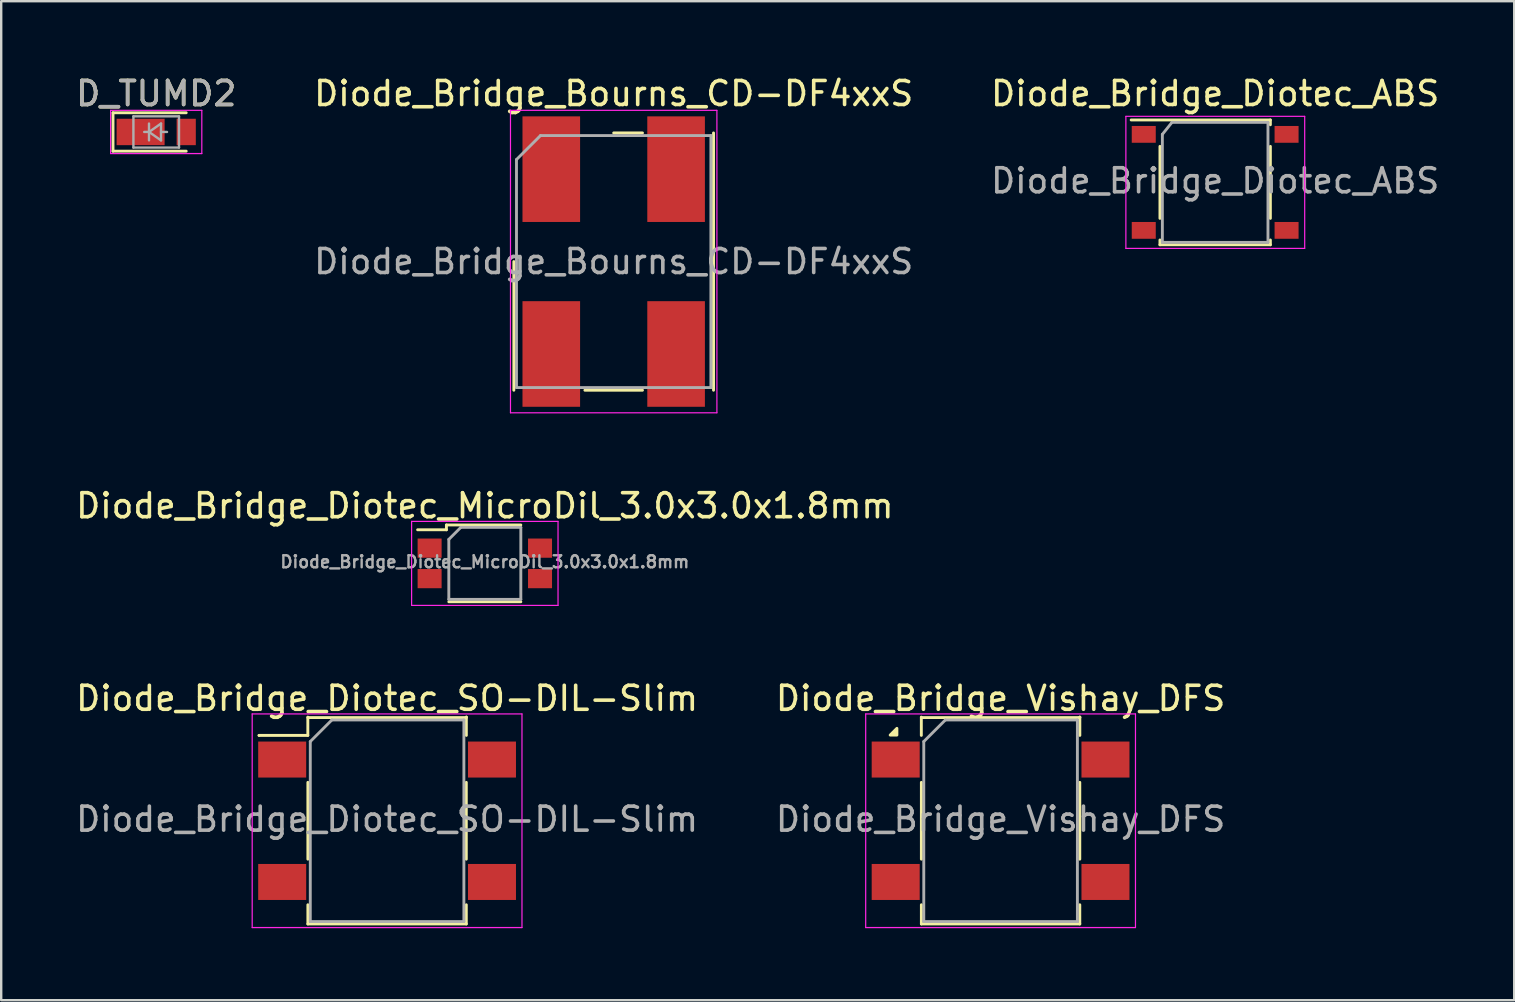
<source format=kicad_pcb>
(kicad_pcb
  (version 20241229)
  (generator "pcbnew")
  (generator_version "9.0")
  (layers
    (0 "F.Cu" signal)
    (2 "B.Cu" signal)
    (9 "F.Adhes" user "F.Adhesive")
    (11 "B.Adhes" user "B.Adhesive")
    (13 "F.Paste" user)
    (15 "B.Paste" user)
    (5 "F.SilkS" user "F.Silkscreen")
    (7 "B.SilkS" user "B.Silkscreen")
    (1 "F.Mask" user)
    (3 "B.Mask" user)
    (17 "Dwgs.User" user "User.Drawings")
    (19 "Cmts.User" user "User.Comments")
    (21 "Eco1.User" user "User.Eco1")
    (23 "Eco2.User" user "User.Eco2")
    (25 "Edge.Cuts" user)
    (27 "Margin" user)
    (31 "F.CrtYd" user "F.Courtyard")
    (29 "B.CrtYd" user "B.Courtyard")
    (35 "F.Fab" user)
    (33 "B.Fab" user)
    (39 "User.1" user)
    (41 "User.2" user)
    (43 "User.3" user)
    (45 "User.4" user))
  (footprint "Diode_Bridge_Vishay_DFS"
    (layer "F.Cu")
    (at 38.637 31.145)
    (property "Reference" "Diode_Bridge_Vishay_DFS" (at 0 -5.1 0) (layer "F.SilkS") (effects (font (size 1 1) (thickness 0.15))))
    (attr smd)
    (fp_line (start -3.302 -4.318) (end -3.302 -3.556) (stroke (width 0.12) (type solid)) (layer "F.SilkS"))
    (fp_line (start -3.3 -4.3) (end 3.3 -4.3) (stroke (width 0.12) (type solid)) (layer "F.SilkS"))
    (fp_line (start -3.3 -1.6) (end -3.3 1.6) (stroke (width 0.12) (type solid)) (layer "F.SilkS"))
    (fp_line (start -3.3 3.5) (end -3.3 4.3) (stroke (width 0.12) (type solid)) (layer "F.SilkS"))
    (fp_line (start -3.3 4.3) (end 3.3 4.3) (stroke (width 0.12) (type solid)) (layer "F.SilkS"))
    (fp_line (start 3.3 -1.6) (end 3.3 1.6) (stroke (width 0.12) (type solid)) (layer "F.SilkS"))
    (fp_line (start 3.3 4.3) (end 3.3 3.5) (stroke (width 0.12) (type solid)) (layer "F.SilkS"))
    (fp_line (start 3.302 -4.318) (end 3.302 -4.318) (stroke (width 0.12) (type solid)) (layer "F.SilkS"))
    (fp_line (start 3.302 -3.556) (end 3.302 -4.318) (stroke (width 0.12) (type solid)) (layer "F.SilkS"))
    (fp_poly (pts (xy -4.32 -3.57) (xy -4.6 -3.57) (xy -4.32 -3.85) (xy -4.32 -3.57)) (stroke (width 0.12) (type solid)) (fill yes) (layer "F.SilkS"))
    (fp_line (start -5.62 -4.45) (end -5.62 4.45) (stroke (width 0.05) (type solid)) (layer "F.CrtYd"))
    (fp_line (start -5.62 -4.45) (end 5.62 -4.45) (stroke (width 0.05) (type solid)) (layer "F.CrtYd"))
    (fp_line (start 5.62 4.45) (end -5.62 4.45) (stroke (width 0.05) (type solid)) (layer "F.CrtYd"))
    (fp_line (start 5.62 4.45) (end 5.62 -4.45) (stroke (width 0.05) (type solid)) (layer "F.CrtYd"))
    (fp_line (start -3.2 -3.3) (end -2.3 -4.2) (stroke (width 0.12) (type solid)) (layer "F.Fab"))
    (fp_line (start -3.2 4.2) (end -3.2 -3.3) (stroke (width 0.12) (type solid)) (layer "F.Fab"))
    (fp_line (start -2.3 -4.2) (end 3.2 -4.2) (stroke (width 0.12) (type solid)) (layer "F.Fab"))
    (fp_line (start 3.2 -4.2) (end 3.2 4.2) (stroke (width 0.12) (type solid)) (layer "F.Fab"))
    (fp_line (start 3.2 4.2) (end -3.2 4.2) (stroke (width 0.12) (type solid)) (layer "F.Fab"))
    (fp_text user "${REFERENCE}" (at 0 -0.065 0) (layer "F.Fab") (effects (font (size 1 1) (thickness 0.15))))
    (pad "1" smd rect (at -4.37 -2.55) (size 2 1.5) (layers "F.Cu" "F.Mask" "F.Paste"))
    (pad "2" smd rect (at -4.37 2.55) (size 2 1.5) (layers "F.Cu" "F.Mask" "F.Paste"))
    (pad "3" smd rect (at 4.37 2.55) (size 2 1.5) (layers "F.Cu" "F.Mask" "F.Paste"))
    (pad "4" smd rect (at 4.37 -2.55) (size 2 1.5) (layers "F.Cu" "F.Mask" "F.Paste")))
  (footprint "D_TUMD2"
    (layer "F.Cu")
    (at 3.458 2.448)
    (property "Reference" "D_TUMD2" (at 0 -1.6 0) (layer "F.SilkS") (effects (font (size 1 1) (thickness 0.15))))
    (attr smd)
    (fp_line (start -1.8 -0.8) (end 1.25 -0.8) (stroke (width 0.12) (type solid)) (layer "F.SilkS"))
    (fp_line (start -1.8 0.8) (end -1.8 -0.8) (stroke (width 0.12) (type solid)) (layer "F.SilkS"))
    (fp_line (start 1.25 0.8) (end -1.8 0.8) (stroke (width 0.12) (type solid)) (layer "F.SilkS"))
    (fp_line (start -1.9 -0.9) (end 1.9 -0.9) (stroke (width 0.05) (type solid)) (layer "F.CrtYd"))
    (fp_line (start -1.9 0.9) (end -1.9 -0.9) (stroke (width 0.05) (type solid)) (layer "F.CrtYd"))
    (fp_line (start 1.9 -0.9) (end 1.9 0.9) (stroke (width 0.05) (type solid)) (layer "F.CrtYd"))
    (fp_line (start 1.9 0.9) (end -1.9 0.9) (stroke (width 0.05) (type solid)) (layer "F.CrtYd"))
    (fp_line (start -0.95 -0.65) (end 0.95 -0.65) (stroke (width 0.1) (type solid)) (layer "F.Fab"))
    (fp_line (start -0.95 0.65) (end -0.95 -0.65) (stroke (width 0.1) (type solid)) (layer "F.Fab"))
    (fp_line (start -0.3 -0.35) (end -0.3 0.35) (stroke (width 0.1) (type solid)) (layer "F.Fab"))
    (fp_line (start -0.3 0) (end -0.5 0) (stroke (width 0.1) (type solid)) (layer "F.Fab"))
    (fp_line (start -0.3 0) (end 0.2 -0.35) (stroke (width 0.1) (type solid)) (layer "F.Fab"))
    (fp_line (start 0.2 -0.35) (end 0.2 0.35) (stroke (width 0.1) (type solid)) (layer "F.Fab"))
    (fp_line (start 0.2 0) (end 0.45 0) (stroke (width 0.1) (type solid)) (layer "F.Fab"))
    (fp_line (start 0.2 0.35) (end -0.3 0) (stroke (width 0.1) (type solid)) (layer "F.Fab"))
    (fp_line (start 0.95 -0.65) (end 0.95 0.65) (stroke (width 0.1) (type solid)) (layer "F.Fab"))
    (fp_line (start 0.95 0.65) (end -0.95 0.65) (stroke (width 0.1) (type solid)) (layer "F.Fab"))
    (fp_text user "${REFERENCE}" (at 0 -1.6 0) (layer "F.Fab") (effects (font (size 1 1) (thickness 0.15))))
    (pad "1" smd rect (at -0.65 0 180) (size 2 1.1) (layers "F.Cu" "F.Mask" "F.Paste"))
    (pad "2" smd rect (at 1.25 0 180) (size 0.8 1.1) (layers "F.Cu" "F.Mask" "F.Paste")))
  (footprint "Diode_Bridge_Bourns_CD-DF4xxS"
    (layer "F.Cu")
    (at 22.518 7.848)
    (property "Reference" "Diode_Bridge_Bourns_CD-DF4xxS" (at 0 -7 0) (layer "F.SilkS") (effects (font (size 1 1) (thickness 0.15))))
    (attr smd)
    (fp_line (start -4.16 0) (end -4.16 5.36) (stroke (width 0.12) (type solid)) (layer "F.SilkS"))
    (fp_line (start -1.2 5.36) (end 1.2 5.36) (stroke (width 0.12) (type solid)) (layer "F.SilkS"))
    (fp_line (start 0 -5.36) (end 1.2 -5.36) (stroke (width 0.12) (type solid)) (layer "F.SilkS"))
    (fp_line (start 4.16 -5.36) (end 4.16 5.36) (stroke (width 0.12) (type solid)) (layer "F.SilkS"))
    (fp_line (start -4.3 -6.3) (end -4.3 6.3) (stroke (width 0.05) (type solid)) (layer "F.CrtYd"))
    (fp_line (start -4.3 -6.3) (end 4.3 -6.3) (stroke (width 0.05) (type solid)) (layer "F.CrtYd"))
    (fp_line (start 4.3 6.3) (end -4.3 6.3) (stroke (width 0.05) (type solid)) (layer "F.CrtYd"))
    (fp_line (start 4.3 6.3) (end 4.3 -6.3) (stroke (width 0.05) (type solid)) (layer "F.CrtYd"))
    (fp_line (start -4.05 -4.25) (end -3.05 -5.25) (stroke (width 0.12) (type solid)) (layer "F.Fab"))
    (fp_line (start -4.05 5.25) (end -4.05 -4.25) (stroke (width 0.12) (type solid)) (layer "F.Fab"))
    (fp_line (start -3.05 -5.25) (end 4.05 -5.25) (stroke (width 0.12) (type solid)) (layer "F.Fab"))
    (fp_line (start 4.05 -5.25) (end 4.05 5.25) (stroke (width 0.12) (type solid)) (layer "F.Fab"))
    (fp_line (start 4.05 5.25) (end -4.05 5.25) (stroke (width 0.12) (type solid)) (layer "F.Fab"))
    (fp_text user "${REFERENCE}" (at 0 0 0) (layer "F.Fab") (effects (font (size 1 1) (thickness 0.15))))
    (pad "1" smd rect (at -2.6 -3.85) (size 2.4 4.4) (layers "F.Cu" "F.Mask" "F.Paste"))
    (pad "2" smd rect (at -2.6 3.85) (size 2.4 4.4) (layers "F.Cu" "F.Mask" "F.Paste"))
    (pad "3" smd rect (at 2.6 3.85) (size 2.4 4.4) (layers "F.Cu" "F.Mask" "F.Paste"))
    (pad "4" smd rect (at 2.6 -3.85) (size 2.4 4.4) (layers "F.Cu" "F.Mask" "F.Paste")))
  (footprint "Diode_Bridge_Diotec_MicroDil_3.0x3.0x1.8mm"
    (layer "F.Cu")
    (at 17.149 20.422)
    (property "Reference" "Diode_Bridge_Diotec_MicroDil_3.0x3.0x1.8mm" (at 0 -2.4 0) (layer "F.SilkS") (effects (font (size 1 1) (thickness 0.15))))
    (attr smd)
    (fp_line (start -1.6 -1.6) (end -1.6 -1.4) (stroke (width 0.12) (type solid)) (layer "F.SilkS"))
    (fp_line (start -1.6 -1.4) (end -2.8 -1.4) (stroke (width 0.12) (type solid)) (layer "F.SilkS"))
    (fp_line (start -1.5 1.6) (end 1.5 1.6) (stroke (width 0.12) (type solid)) (layer "F.SilkS"))
    (fp_line (start 1.5 -1.6) (end -1.6 -1.6) (stroke (width 0.12) (type solid)) (layer "F.SilkS"))
    (fp_line (start -3.05 -1.75) (end -3.05 1.75) (stroke (width 0.05) (type solid)) (layer "F.CrtYd"))
    (fp_line (start -3.05 -1.75) (end 3.05 -1.75) (stroke (width 0.05) (type solid)) (layer "F.CrtYd"))
    (fp_line (start 3.05 1.75) (end -3.05 1.75) (stroke (width 0.05) (type solid)) (layer "F.CrtYd"))
    (fp_line (start 3.05 1.75) (end 3.05 -1.75) (stroke (width 0.05) (type solid)) (layer "F.CrtYd"))
    (fp_line (start -1.5 -1) (end -1.5 1.5) (stroke (width 0.12) (type solid)) (layer "F.Fab"))
    (fp_line (start -1.5 1.5) (end 1.5 1.5) (stroke (width 0.12) (type solid)) (layer "F.Fab"))
    (fp_line (start -1 -1.5) (end -1.5 -1) (stroke (width 0.12) (type solid)) (layer "F.Fab"))
    (fp_line (start 1.5 -1.5) (end -1 -1.5) (stroke (width 0.12) (type solid)) (layer "F.Fab"))
    (fp_line (start 1.5 1.5) (end 1.5 -1.5) (stroke (width 0.12) (type solid)) (layer "F.Fab"))
    (fp_text user "${REFERENCE}" (at 0 -0.065 0) (layer "F.Fab") (effects (font (size 0.5 0.5) (thickness 0.1))))
    (pad "1" smd rect (at -2.3 -0.635) (size 1 0.8) (layers "F.Cu" "F.Mask" "F.Paste"))
    (pad "2" smd rect (at -2.3 0.635) (size 1 0.8) (layers "F.Cu" "F.Mask" "F.Paste"))
    (pad "3" smd rect (at 2.3 0.635) (size 1 0.8) (layers "F.Cu" "F.Mask" "F.Paste"))
    (pad "4" smd rect (at 2.3 -0.635) (size 1 0.8) (layers "F.Cu" "F.Mask" "F.Paste")))
  (footprint "Diode_Bridge_Diotec_ABS"
    (layer "F.Cu")
    (at 47.577 4.548)
    (property "Reference" "Diode_Bridge_Diotec_ABS" (at 0 -3.7 0) (layer "F.SilkS") (effects (font (size 1 1) (thickness 0.15))))
    (attr smd)
    (fp_line (start -2.3 1.5) (end -2.3 -1.5) (stroke (width 0.12) (type solid)) (layer "F.SilkS"))
    (fp_line (start -2.3 2.6) (end -2.3 2.4) (stroke (width 0.12) (type solid)) (layer "F.SilkS"))
    (fp_line (start 2.3 -2.6) (end -3.5 -2.6) (stroke (width 0.12) (type solid)) (layer "F.SilkS"))
    (fp_line (start 2.3 -2.4) (end 2.3 -2.6) (stroke (width 0.12) (type solid)) (layer "F.SilkS"))
    (fp_line (start 2.3 -1.5) (end 2.3 1.5) (stroke (width 0.12) (type solid)) (layer "F.SilkS"))
    (fp_line (start 2.3 2.4) (end 2.3 2.6) (stroke (width 0.12) (type solid)) (layer "F.SilkS"))
    (fp_line (start 2.3 2.6) (end -2.3 2.6) (stroke (width 0.12) (type solid)) (layer "F.SilkS"))
    (fp_line (start -3.72 -2.75) (end -3.72 2.75) (stroke (width 0.05) (type solid)) (layer "F.CrtYd"))
    (fp_line (start -3.72 -2.75) (end 3.73 -2.75) (stroke (width 0.05) (type solid)) (layer "F.CrtYd"))
    (fp_line (start 3.73 2.75) (end -3.72 2.75) (stroke (width 0.05) (type solid)) (layer "F.CrtYd"))
    (fp_line (start 3.73 2.75) (end 3.73 -2.75) (stroke (width 0.05) (type solid)) (layer "F.CrtYd"))
    (fp_line (start -2.2 -2) (end -2.2 2.5) (stroke (width 0.12) (type solid)) (layer "F.Fab"))
    (fp_line (start -2.2 2.5) (end 2.2 2.5) (stroke (width 0.12) (type solid)) (layer "F.Fab"))
    (fp_line (start -1.8 -2.5) (end -2.2 -2) (stroke (width 0.12) (type solid)) (layer "F.Fab"))
    (fp_line (start 2.2 -2.5) (end -1.8 -2.5) (stroke (width 0.12) (type solid)) (layer "F.Fab"))
    (fp_line (start 2.2 2.5) (end 2.2 -2.5) (stroke (width 0.12) (type solid)) (layer "F.Fab"))
    (fp_text user "${REFERENCE}" (at 0 -0.065 0) (layer "F.Fab") (effects (font (size 1 1) (thickness 0.15))))
    (pad "1" smd rect (at -2.975 -2) (size 1 0.7) (layers "F.Cu" "F.Mask" "F.Paste"))
    (pad "2" smd rect (at -2.975 2) (size 1 0.7) (layers "F.Cu" "F.Mask" "F.Paste"))
    (pad "3" smd rect (at 2.975 2) (size 1 0.7) (layers "F.Cu" "F.Mask" "F.Paste"))
    (pad "4" smd rect (at 2.975 -2) (size 1 0.7) (layers "F.Cu" "F.Mask" "F.Paste")))
  (footprint "Diode_Bridge_Diotec_SO-DIL-Slim"
    (layer "F.Cu")
    (at 13.077 31.145)
    (property "Reference" "Diode_Bridge_Diotec_SO-DIL-Slim" (at 0 -5.1 0) (layer "F.SilkS") (effects (font (size 1 1) (thickness 0.15))))
    (attr smd)
    (fp_line (start -5.334 -3.556) (end -5.334 -3.556) (stroke (width 0.12) (type solid)) (layer "F.SilkS"))
    (fp_line (start -3.302 -4.318) (end -3.302 -3.556) (stroke (width 0.12) (type solid)) (layer "F.SilkS"))
    (fp_line (start -3.302 -3.556) (end -5.334 -3.556) (stroke (width 0.12) (type solid)) (layer "F.SilkS"))
    (fp_line (start -3.3 -4.3) (end 3.3 -4.3) (stroke (width 0.12) (type solid)) (layer "F.SilkS"))
    (fp_line (start -3.3 -1.6) (end -3.3 1.6) (stroke (width 0.12) (type solid)) (layer "F.SilkS"))
    (fp_line (start -3.3 3.5) (end -3.3 4.3) (stroke (width 0.12) (type solid)) (layer "F.SilkS"))
    (fp_line (start -3.3 4.3) (end 3.3 4.3) (stroke (width 0.12) (type solid)) (layer "F.SilkS"))
    (fp_line (start 3.3 -1.6) (end 3.3 1.6) (stroke (width 0.12) (type solid)) (layer "F.SilkS"))
    (fp_line (start 3.3 4.3) (end 3.3 3.5) (stroke (width 0.12) (type solid)) (layer "F.SilkS"))
    (fp_line (start 3.302 -4.318) (end 3.302 -4.318) (stroke (width 0.12) (type solid)) (layer "F.SilkS"))
    (fp_line (start 3.302 -3.556) (end 3.302 -4.318) (stroke (width 0.12) (type solid)) (layer "F.SilkS"))
    (fp_line (start -5.62 -4.45) (end -5.62 4.45) (stroke (width 0.05) (type solid)) (layer "F.CrtYd"))
    (fp_line (start -5.62 -4.45) (end 5.62 -4.45) (stroke (width 0.05) (type solid)) (layer "F.CrtYd"))
    (fp_line (start 5.62 4.45) (end -5.62 4.45) (stroke (width 0.05) (type solid)) (layer "F.CrtYd"))
    (fp_line (start 5.62 4.45) (end 5.62 -4.45) (stroke (width 0.05) (type solid)) (layer "F.CrtYd"))
    (fp_line (start -3.2 -3.3) (end -2.3 -4.2) (stroke (width 0.12) (type solid)) (layer "F.Fab"))
    (fp_line (start -3.2 4.2) (end -3.2 -3.3) (stroke (width 0.12) (type solid)) (layer "F.Fab"))
    (fp_line (start -2.3 -4.2) (end 3.2 -4.2) (stroke (width 0.12) (type solid)) (layer "F.Fab"))
    (fp_line (start 3.2 -4.2) (end 3.2 4.2) (stroke (width 0.12) (type solid)) (layer "F.Fab"))
    (fp_line (start 3.2 4.2) (end -3.2 4.2) (stroke (width 0.12) (type solid)) (layer "F.Fab"))
    (fp_text user "${REFERENCE}" (at 0 -0.065 0) (layer "F.Fab") (effects (font (size 1 1) (thickness 0.15))))
    (pad "1" smd rect (at -4.37 -2.55) (size 2 1.5) (layers "F.Cu" "F.Mask" "F.Paste"))
    (pad "2" smd rect (at -4.37 2.55) (size 2 1.5) (layers "F.Cu" "F.Mask" "F.Paste"))
    (pad "3" smd rect (at 4.37 2.55) (size 2 1.5) (layers "F.Cu" "F.Mask" "F.Paste"))
    (pad "4" smd rect (at 4.37 -2.55) (size 2 1.5) (layers "F.Cu" "F.Mask" "F.Paste")))
  (gr_rect
    (start -3 -3)
    (end 60.036 38.62)
    (stroke (width 0.1) (type default))
    (fill no)
    (layer "Edge.Cuts")))
</source>
